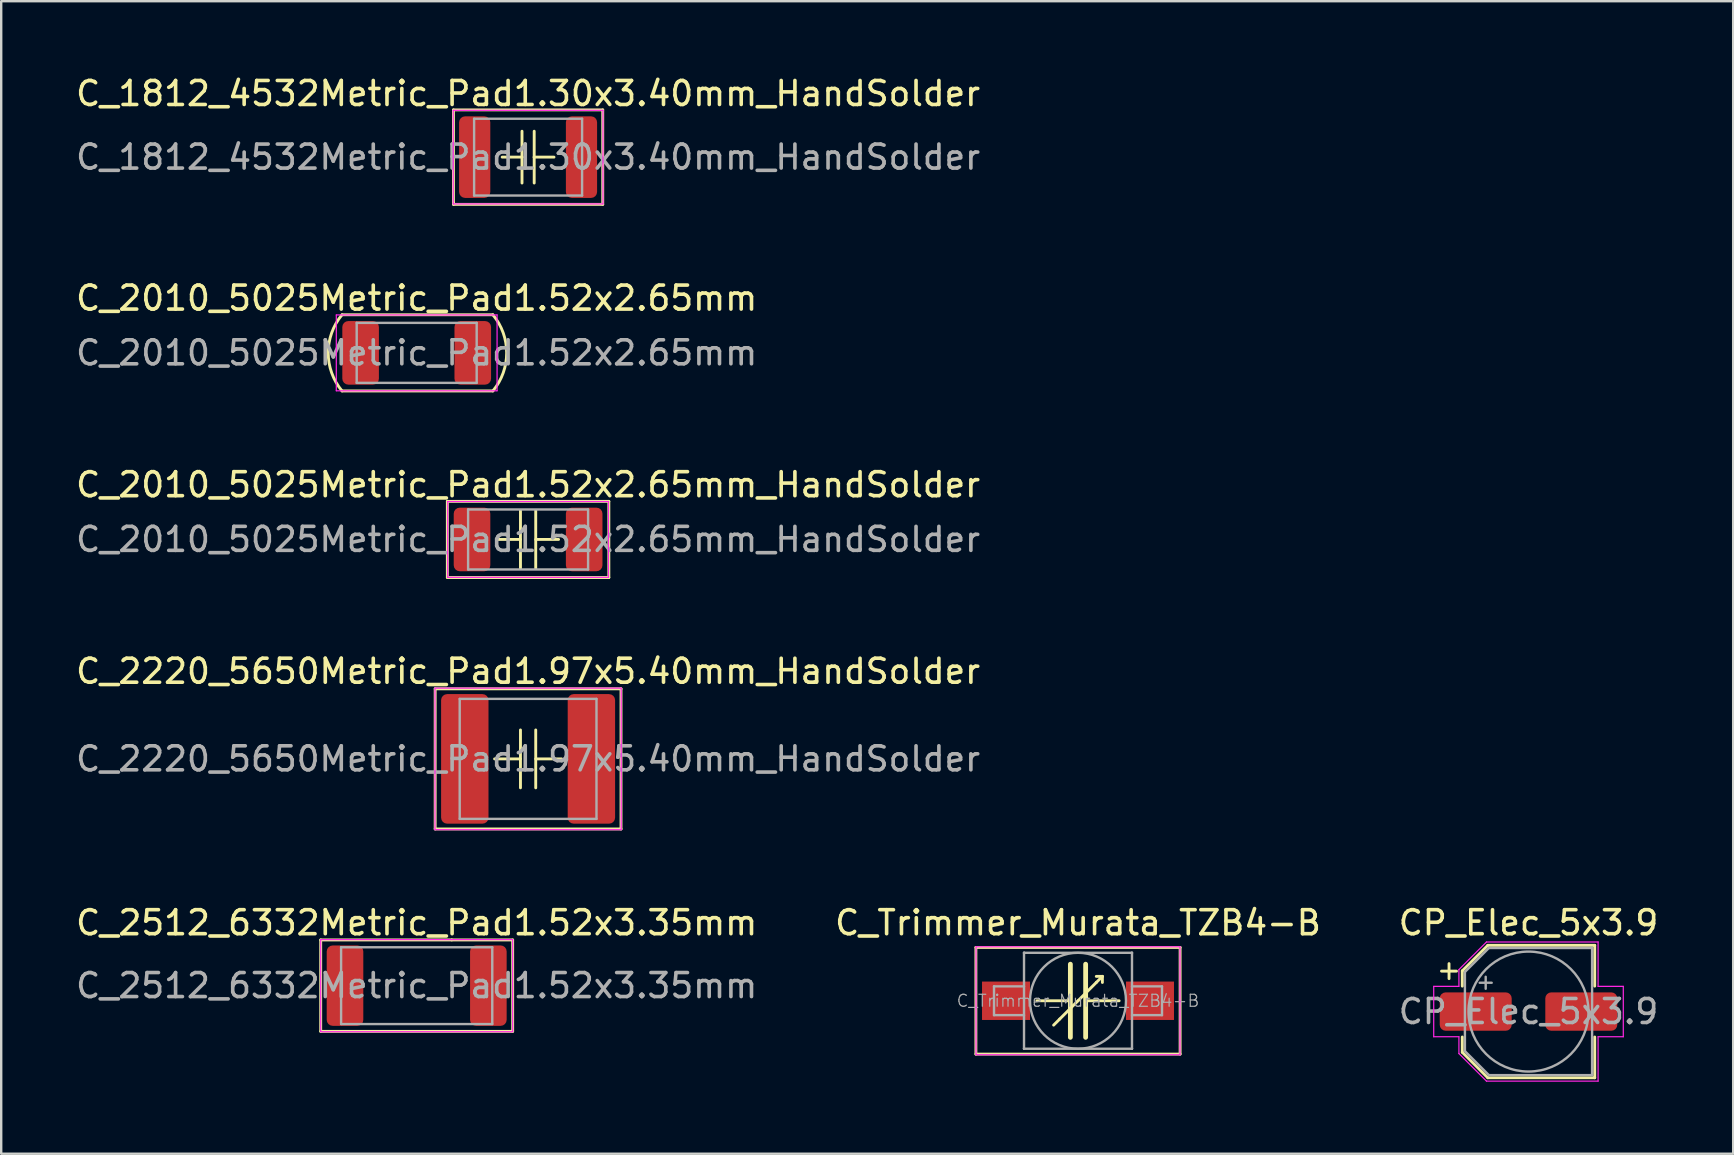
<source format=kicad_pcb>
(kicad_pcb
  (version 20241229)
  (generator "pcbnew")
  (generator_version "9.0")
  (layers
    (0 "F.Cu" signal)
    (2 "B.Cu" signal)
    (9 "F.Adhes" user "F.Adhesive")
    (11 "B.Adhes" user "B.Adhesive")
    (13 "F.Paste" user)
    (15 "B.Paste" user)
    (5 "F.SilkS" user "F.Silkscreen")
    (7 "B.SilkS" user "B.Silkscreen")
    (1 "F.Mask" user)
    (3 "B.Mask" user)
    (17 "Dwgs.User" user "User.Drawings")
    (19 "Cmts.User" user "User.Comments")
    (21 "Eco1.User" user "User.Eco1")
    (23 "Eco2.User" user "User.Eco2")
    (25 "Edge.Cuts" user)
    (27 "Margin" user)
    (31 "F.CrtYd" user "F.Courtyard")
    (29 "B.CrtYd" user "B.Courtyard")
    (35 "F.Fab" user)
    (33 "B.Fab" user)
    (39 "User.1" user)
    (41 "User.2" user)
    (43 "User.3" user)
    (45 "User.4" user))
  (footprint "C_2010_5025Metric_Pad1.52x2.65mm"
    (layer "F.Cu")
    (at 14.315 11.655)
    (property "Reference" "C_2010_5025Metric_Pad1.52x2.65mm" (at 0 -2.28 0) (layer "F.SilkS") (effects (font (size 1 1) (thickness 0.15))))
    (attr smd)
    (fp_line (start -3.111 1.587) (end 3.175 1.587) (stroke (width 0.12) (type solid)) (layer "F.SilkS"))
    (fp_line (start 3.175 -1.587) (end -3.111 -1.587) (stroke (width 0.12) (type solid)) (layer "F.SilkS"))
    (fp_arc (start -3.1115 1.5875) (mid -3.686254 0) (end -3.1115 -1.5875) (stroke (width 0.12) (type solid)) (layer "F.SilkS"))
    (fp_arc (start 3.175 -1.5875) (mid 3.749754 0) (end 3.175 1.5875) (stroke (width 0.12) (type solid)) (layer "F.SilkS"))
    (fp_line (start -3.35 -1.58) (end 3.35 -1.58) (stroke (width 0.05) (type solid)) (layer "F.CrtYd"))
    (fp_line (start -3.35 1.58) (end -3.35 -1.58) (stroke (width 0.05) (type solid)) (layer "F.CrtYd"))
    (fp_line (start 3.35 -1.58) (end 3.35 1.58) (stroke (width 0.05) (type solid)) (layer "F.CrtYd"))
    (fp_line (start 3.35 1.58) (end -3.35 1.58) (stroke (width 0.05) (type solid)) (layer "F.CrtYd"))
    (fp_line (start -2.5 -1.25) (end 2.5 -1.25) (stroke (width 0.1) (type solid)) (layer "F.Fab"))
    (fp_line (start -2.5 1.25) (end -2.5 -1.25) (stroke (width 0.1) (type solid)) (layer "F.Fab"))
    (fp_line (start 2.5 -1.25) (end 2.5 1.25) (stroke (width 0.1) (type solid)) (layer "F.Fab"))
    (fp_line (start 2.5 1.25) (end -2.5 1.25) (stroke (width 0.1) (type solid)) (layer "F.Fab"))
    (fp_text user "${REFERENCE}" (at 0 0 0) (layer "F.Fab") (effects (font (size 1 1) (thickness 0.15))))
    (pad "1" smd roundrect (at -2.337 0) (size 1.525 2.65) (layers "F.Cu" "F.Mask" "F.Paste") (roundrect_rratio 0.164))
    (pad "2" smd roundrect (at 2.337 0) (size 1.525 2.65) (layers "F.Cu" "F.Mask" "F.Paste") (roundrect_rratio 0.164)))
  (footprint "C_1812_4532Metric_Pad1.30x3.40mm_HandSolder"
    (layer "F.Cu")
    (at 18.958 3.498)
    (property "Reference" "C_1812_4532Metric_Pad1.30x3.40mm_HandSolder" (at 0 -2.65 0) (layer "F.SilkS") (effects (font (size 1 1) (thickness 0.15))))
    (attr smd)
    (fp_line (start -3.111 -1.968) (end -3.111 1.905) (stroke (width 0.12) (type solid)) (layer "F.SilkS"))
    (fp_line (start -3.111 1.905) (end -3.111 1.968) (stroke (width 0.12) (type solid)) (layer "F.SilkS"))
    (fp_line (start -3.111 1.968) (end 3.111 1.968) (stroke (width 0.12) (type solid)) (layer "F.SilkS"))
    (fp_line (start -0.254 -1.079) (end -0.254 0) (stroke (width 0.12) (type solid)) (layer "F.SilkS"))
    (fp_line (start -0.254 0) (end -1.079 0) (stroke (width 0.12) (type solid)) (layer "F.SilkS"))
    (fp_line (start -0.254 0) (end -0.254 1.079) (stroke (width 0.12) (type solid)) (layer "F.SilkS"))
    (fp_line (start 0.254 -1.079) (end 0.254 0) (stroke (width 0.12) (type solid)) (layer "F.SilkS"))
    (fp_line (start 0.254 0) (end 0.254 1.079) (stroke (width 0.12) (type solid)) (layer "F.SilkS"))
    (fp_line (start 0.254 0) (end 1.079 0) (stroke (width 0.12) (type solid)) (layer "F.SilkS"))
    (fp_line (start 3.111 -1.968) (end -3.111 -1.968) (stroke (width 0.12) (type solid)) (layer "F.SilkS"))
    (fp_line (start 3.111 1.968) (end 3.111 -1.968) (stroke (width 0.12) (type solid)) (layer "F.SilkS"))
    (fp_line (start -3.12 -1.95) (end 3.12 -1.95) (stroke (width 0.05) (type solid)) (layer "F.CrtYd"))
    (fp_line (start -3.12 1.95) (end -3.12 -1.95) (stroke (width 0.05) (type solid)) (layer "F.CrtYd"))
    (fp_line (start 3.12 -1.95) (end 3.12 1.95) (stroke (width 0.05) (type solid)) (layer "F.CrtYd"))
    (fp_line (start 3.12 1.95) (end -3.12 1.95) (stroke (width 0.05) (type solid)) (layer "F.CrtYd"))
    (fp_line (start -2.25 -1.6) (end 2.25 -1.6) (stroke (width 0.1) (type solid)) (layer "F.Fab"))
    (fp_line (start -2.25 1.6) (end -2.25 -1.6) (stroke (width 0.1) (type solid)) (layer "F.Fab"))
    (fp_line (start 2.25 -1.6) (end 2.25 1.6) (stroke (width 0.1) (type solid)) (layer "F.Fab"))
    (fp_line (start 2.25 1.6) (end -2.25 1.6) (stroke (width 0.1) (type solid)) (layer "F.Fab"))
    (fp_text user "${REFERENCE}" (at 0 0 0) (layer "F.Fab") (effects (font (size 1 1) (thickness 0.15))))
    (pad "1" smd roundrect (at -2.225 0) (size 1.3 3.4) (layers "F.Cu" "F.Mask" "F.Paste") (roundrect_rratio 0.192))
    (pad "2" smd roundrect (at 2.225 0) (size 1.3 3.4) (layers "F.Cu" "F.Mask" "F.Paste") (roundrect_rratio 0.192)))
  (footprint "C_2220_5650Metric_Pad1.97x5.40mm_HandSolder"
    (layer "F.Cu")
    (at 18.958 28.576)
    (property "Reference" "C_2220_5650Metric_Pad1.97x5.40mm_HandSolder" (at 0 -3.65 0) (layer "F.SilkS") (effects (font (size 1 1) (thickness 0.15))))
    (attr smd)
    (fp_line (start -3.873 -2.921) (end -3.873 2.921) (stroke (width 0.12) (type solid)) (layer "F.SilkS"))
    (fp_line (start -3.873 2.921) (end 3.873 2.921) (stroke (width 0.12) (type solid)) (layer "F.SilkS"))
    (fp_line (start -0.318 -1.206) (end -0.318 1.206) (stroke (width 0.12) (type solid)) (layer "F.SilkS"))
    (fp_line (start -0.318 0) (end -1.397 0) (stroke (width 0.12) (type solid)) (layer "F.SilkS"))
    (fp_line (start 0.318 -1.206) (end 0.318 1.206) (stroke (width 0.12) (type solid)) (layer "F.SilkS"))
    (fp_line (start 0.318 0) (end 1.397 0) (stroke (width 0.12) (type solid)) (layer "F.SilkS"))
    (fp_line (start 3.873 -2.921) (end -3.873 -2.921) (stroke (width 0.12) (type solid)) (layer "F.SilkS"))
    (fp_line (start 3.873 2.921) (end 3.873 -2.921) (stroke (width 0.12) (type solid)) (layer "F.SilkS"))
    (fp_line (start -3.88 -2.95) (end 3.88 -2.95) (stroke (width 0.05) (type solid)) (layer "F.CrtYd"))
    (fp_line (start -3.88 2.95) (end -3.88 -2.95) (stroke (width 0.05) (type solid)) (layer "F.CrtYd"))
    (fp_line (start 3.88 -2.95) (end 3.88 2.95) (stroke (width 0.05) (type solid)) (layer "F.CrtYd"))
    (fp_line (start 3.88 2.95) (end -3.88 2.95) (stroke (width 0.05) (type solid)) (layer "F.CrtYd"))
    (fp_line (start -2.85 -2.5) (end 2.85 -2.5) (stroke (width 0.1) (type solid)) (layer "F.Fab"))
    (fp_line (start -2.85 2.5) (end -2.85 -2.5) (stroke (width 0.1) (type solid)) (layer "F.Fab"))
    (fp_line (start 2.85 -2.5) (end 2.85 2.5) (stroke (width 0.1) (type solid)) (layer "F.Fab"))
    (fp_line (start 2.85 2.5) (end -2.85 2.5) (stroke (width 0.1) (type solid)) (layer "F.Fab"))
    (fp_text user "${REFERENCE}" (at 0 0 0) (layer "F.Fab") (effects (font (size 1 1) (thickness 0.15))))
    (pad "1" smd roundrect (at -2.638 0) (size 1.975 5.4) (layers "F.Cu" "F.Mask" "F.Paste") (roundrect_rratio 0.127))
    (pad "2" smd roundrect (at 2.638 0) (size 1.975 5.4) (layers "F.Cu" "F.Mask" "F.Paste") (roundrect_rratio 0.127)))
  (footprint "C_Trimmer_Murata_TZB4-B"
    (layer "F.Cu")
    (at 41.875 38.656)
    (property "Reference" "C_Trimmer_Murata_TZB4-B" (at 0 -3.25 0) (layer "F.SilkS") (effects (font (size 1 1) (thickness 0.15))))
    (attr smd)
    (fp_line (start -4.255 -2.223) (end -4.255 2.223) (stroke (width 0.12) (type solid)) (layer "F.SilkS"))
    (fp_line (start -4.255 2.223) (end 4.255 2.223) (stroke (width 0.12) (type solid)) (layer "F.SilkS"))
    (fp_line (start -0.762 0.762) (end -1.016 1.016) (stroke (width 0.12) (type solid)) (layer "F.SilkS"))
    (fp_line (start -0.318 -1.524) (end -0.318 1.524) (stroke (width 0.2) (type solid)) (layer "F.SilkS"))
    (fp_line (start -0.318 0) (end -1.714 0) (stroke (width 0.12) (type solid)) (layer "F.SilkS"))
    (fp_line (start 0 0) (end -0.762 0.762) (stroke (width 0.12) (type solid)) (layer "F.SilkS"))
    (fp_line (start 0 0) (end 0.762 -0.762) (stroke (width 0.12) (type solid)) (layer "F.SilkS"))
    (fp_line (start 0.318 -1.524) (end 0.318 1.524) (stroke (width 0.2) (type solid)) (layer "F.SilkS"))
    (fp_line (start 0.762 -0.762) (end 1.016 -1.016) (stroke (width 0.12) (type solid)) (layer "F.SilkS"))
    (fp_line (start 1.016 -1.016) (end 0.762 -1.016) (stroke (width 0.12) (type solid)) (layer "F.SilkS"))
    (fp_line (start 1.016 -1.016) (end 1.016 -0.762) (stroke (width 0.12) (type solid)) (layer "F.SilkS"))
    (fp_line (start 1.714 0) (end 0.318 0) (stroke (width 0.12) (type solid)) (layer "F.SilkS"))
    (fp_line (start 4.255 -2.223) (end -4.255 -2.223) (stroke (width 0.12) (type solid)) (layer "F.SilkS"))
    (fp_line (start 4.255 2.223) (end 4.255 -2.223) (stroke (width 0.12) (type solid)) (layer "F.SilkS"))
    (fp_line (start -4.25 -2.25) (end -4.25 2.25) (stroke (width 0.05) (type solid)) (layer "F.CrtYd"))
    (fp_line (start -4.25 2.25) (end 4.25 2.25) (stroke (width 0.05) (type solid)) (layer "F.CrtYd"))
    (fp_line (start 4.25 -2.25) (end -4.25 -2.25) (stroke (width 0.05) (type solid)) (layer "F.CrtYd"))
    (fp_line (start 4.25 2.25) (end 4.25 -2.25) (stroke (width 0.05) (type solid)) (layer "F.CrtYd"))
    (fp_line (start -3.5 -0.6) (end -3.5 0.6) (stroke (width 0.1) (type solid)) (layer "F.Fab"))
    (fp_line (start -3.5 0.6) (end -2.25 0.6) (stroke (width 0.1) (type solid)) (layer "F.Fab"))
    (fp_line (start -2.25 -2) (end -2.24 -2) (stroke (width 0.1) (type solid)) (layer "F.Fab"))
    (fp_line (start -2.25 -1.99) (end -2.25 -2) (stroke (width 0.1) (type solid)) (layer "F.Fab"))
    (fp_line (start -2.25 -0.6) (end -3.5 -0.6) (stroke (width 0.1) (type solid)) (layer "F.Fab"))
    (fp_line (start -2.25 1.99) (end -2.25 -1.99) (stroke (width 0.1) (type solid)) (layer "F.Fab"))
    (fp_line (start -2.25 2) (end -2.25 1.99) (stroke (width 0.1) (type solid)) (layer "F.Fab"))
    (fp_line (start -2.24 -2) (end 2.24 -2) (stroke (width 0.1) (type solid)) (layer "F.Fab"))
    (fp_line (start -2.24 2) (end -2.25 2) (stroke (width 0.1) (type solid)) (layer "F.Fab"))
    (fp_line (start 2.24 -2) (end 2.25 -2) (stroke (width 0.1) (type solid)) (layer "F.Fab"))
    (fp_line (start 2.24 2) (end -2.24 2) (stroke (width 0.1) (type solid)) (layer "F.Fab"))
    (fp_line (start 2.25 -2) (end 2.25 -1.99) (stroke (width 0.1) (type solid)) (layer "F.Fab"))
    (fp_line (start 2.25 -1.99) (end 2.25 1.99) (stroke (width 0.1) (type solid)) (layer "F.Fab"))
    (fp_line (start 2.25 -0.6) (end 3.5 -0.6) (stroke (width 0.1) (type solid)) (layer "F.Fab"))
    (fp_line (start 2.25 1.99) (end 2.25 2) (stroke (width 0.1) (type solid)) (layer "F.Fab"))
    (fp_line (start 2.25 2) (end 2.24 2) (stroke (width 0.1) (type solid)) (layer "F.Fab"))
    (fp_line (start 3.5 -0.6) (end 3.5 0.6) (stroke (width 0.1) (type solid)) (layer "F.Fab"))
    (fp_line (start 3.5 0.6) (end 2.25 0.6) (stroke (width 0.1) (type solid)) (layer "F.Fab"))
    (fp_circle (center 0 0) (end 2 0) (stroke (width 0.1) (type solid)) (fill no) (layer "F.Fab"))
    (fp_text user "${REFERENCE}" (at 0 0 0) (layer "F.Fab") (effects (font (size 0.5 0.5) (thickness 0.05))))
    (pad "1" smd rect (at -3 0) (size 2 1.6) (layers "F.Cu" "F.Mask" "F.Paste"))
    (pad "2" smd rect (at 3 0) (size 2 1.6) (layers "F.Cu" "F.Mask" "F.Paste")))
  (footprint "C_2010_5025Metric_Pad1.52x2.65mm_HandSolder"
    (layer "F.Cu")
    (at 18.958 19.431)
    (property "Reference" "C_2010_5025Metric_Pad1.52x2.65mm_HandSolder" (at 0 -2.28 0) (layer "F.SilkS") (effects (font (size 1 1) (thickness 0.15))))
    (attr smd)
    (fp_line (start -3.365 -1.587) (end -3.365 1.587) (stroke (width 0.12) (type solid)) (layer "F.SilkS"))
    (fp_line (start -3.365 1.587) (end 3.365 1.587) (stroke (width 0.12) (type solid)) (layer "F.SilkS"))
    (fp_line (start -0.318 -1.206) (end -0.318 1.206) (stroke (width 0.12) (type solid)) (layer "F.SilkS"))
    (fp_line (start -0.318 0) (end -1.27 0) (stroke (width 0.12) (type solid)) (layer "F.SilkS"))
    (fp_line (start 0.318 -1.206) (end 0.318 1.206) (stroke (width 0.12) (type solid)) (layer "F.SilkS"))
    (fp_line (start 0.318 0) (end 1.27 0) (stroke (width 0.12) (type solid)) (layer "F.SilkS"))
    (fp_line (start 3.365 -1.587) (end -3.365 -1.587) (stroke (width 0.12) (type solid)) (layer "F.SilkS"))
    (fp_line (start 3.365 1.587) (end 3.365 -1.587) (stroke (width 0.12) (type solid)) (layer "F.SilkS"))
    (fp_line (start -3.35 -1.58) (end 3.35 -1.58) (stroke (width 0.05) (type solid)) (layer "F.CrtYd"))
    (fp_line (start -3.35 1.58) (end -3.35 -1.58) (stroke (width 0.05) (type solid)) (layer "F.CrtYd"))
    (fp_line (start 3.35 -1.58) (end 3.35 1.58) (stroke (width 0.05) (type solid)) (layer "F.CrtYd"))
    (fp_line (start 3.35 1.58) (end -3.35 1.58) (stroke (width 0.05) (type solid)) (layer "F.CrtYd"))
    (fp_line (start -2.5 -1.25) (end 2.5 -1.25) (stroke (width 0.1) (type solid)) (layer "F.Fab"))
    (fp_line (start -2.5 1.25) (end -2.5 -1.25) (stroke (width 0.1) (type solid)) (layer "F.Fab"))
    (fp_line (start 2.5 -1.25) (end 2.5 1.25) (stroke (width 0.1) (type solid)) (layer "F.Fab"))
    (fp_line (start 2.5 1.25) (end -2.5 1.25) (stroke (width 0.1) (type solid)) (layer "F.Fab"))
    (fp_text user "${REFERENCE}" (at 0 0 0) (layer "F.Fab") (effects (font (size 1 1) (thickness 0.15))))
    (pad "1" smd roundrect (at -2.337 0) (size 1.525 2.65) (layers "F.Cu" "F.Mask" "F.Paste") (roundrect_rratio 0.164))
    (pad "2" smd roundrect (at 2.337 0) (size 1.525 2.65) (layers "F.Cu" "F.Mask" "F.Paste") (roundrect_rratio 0.164)))
  (footprint "C_2512_6332Metric_Pad1.52x3.35mm"
    (layer "F.Cu")
    (at 14.315 38.026)
    (property "Reference" "C_2512_6332Metric_Pad1.52x3.35mm" (at 0 -2.62 0) (layer "F.SilkS") (effects (font (size 1 1) (thickness 0.15))))
    (attr smd)
    (fp_line (start -4 -1.905) (end -4 1.905) (stroke (width 0.12) (type solid)) (layer "F.SilkS"))
    (fp_line (start -4 1.905) (end 4 1.905) (stroke (width 0.12) (type solid)) (layer "F.SilkS"))
    (fp_line (start 1.46 -1.905) (end -4 -1.905) (stroke (width 0.12) (type solid)) (layer "F.SilkS"))
    (fp_line (start 4 -1.905) (end 1.46 -1.905) (stroke (width 0.12) (type solid)) (layer "F.SilkS"))
    (fp_line (start 4 1.905) (end 4 -1.905) (stroke (width 0.12) (type solid)) (layer "F.SilkS"))
    (fp_line (start -4 -1.92) (end 4 -1.92) (stroke (width 0.05) (type solid)) (layer "F.CrtYd"))
    (fp_line (start -4 1.92) (end -4 -1.92) (stroke (width 0.05) (type solid)) (layer "F.CrtYd"))
    (fp_line (start 4 -1.92) (end 4 1.92) (stroke (width 0.05) (type solid)) (layer "F.CrtYd"))
    (fp_line (start 4 1.92) (end -4 1.92) (stroke (width 0.05) (type solid)) (layer "F.CrtYd"))
    (fp_line (start -3.15 -1.6) (end 3.15 -1.6) (stroke (width 0.1) (type solid)) (layer "F.Fab"))
    (fp_line (start -3.15 1.6) (end -3.15 -1.6) (stroke (width 0.1) (type solid)) (layer "F.Fab"))
    (fp_line (start 3.15 -1.6) (end 3.15 1.6) (stroke (width 0.1) (type solid)) (layer "F.Fab"))
    (fp_line (start 3.15 1.6) (end -3.15 1.6) (stroke (width 0.1) (type solid)) (layer "F.Fab"))
    (fp_text user "${REFERENCE}" (at 0 0 0) (layer "F.Fab") (effects (font (size 1 1) (thickness 0.15))))
    (pad "1" smd roundrect (at -2.987 0) (size 1.525 3.35) (layers "F.Cu" "F.Mask" "F.Paste") (roundrect_rratio 0.164))
    (pad "2" smd roundrect (at 2.987 0) (size 1.525 3.35) (layers "F.Cu" "F.Mask" "F.Paste") (roundrect_rratio 0.164)))
  (footprint "CP_Elec_5x3.9"
    (layer "F.Cu")
    (at 60.649 39.106)
    (property "Reference" "CP_Elec_5x3.9" (at 0 -3.7 0) (layer "F.SilkS") (effects (font (size 1 1) (thickness 0.15))))
    (attr smd)
    (fp_line (start -3.625 -1.685) (end -3 -1.685) (stroke (width 0.12) (type solid)) (layer "F.SilkS"))
    (fp_line (start -3.312 -1.998) (end -3.312 -1.373) (stroke (width 0.12) (type solid)) (layer "F.SilkS"))
    (fp_line (start -2.76 -1.696) (end -2.76 -1.06) (stroke (width 0.12) (type solid)) (layer "F.SilkS"))
    (fp_line (start -2.76 -1.696) (end -1.696 -2.76) (stroke (width 0.12) (type solid)) (layer "F.SilkS"))
    (fp_line (start -2.76 1.696) (end -2.76 1.06) (stroke (width 0.12) (type solid)) (layer "F.SilkS"))
    (fp_line (start -2.76 1.696) (end -1.696 2.76) (stroke (width 0.12) (type solid)) (layer "F.SilkS"))
    (fp_line (start -1.696 -2.76) (end 2.76 -2.76) (stroke (width 0.12) (type solid)) (layer "F.SilkS"))
    (fp_line (start -1.696 2.76) (end 2.76 2.76) (stroke (width 0.12) (type solid)) (layer "F.SilkS"))
    (fp_line (start 2.76 -2.76) (end 2.76 -1.06) (stroke (width 0.12) (type solid)) (layer "F.SilkS"))
    (fp_line (start 2.76 2.76) (end 2.76 1.06) (stroke (width 0.12) (type solid)) (layer "F.SilkS"))
    (fp_line (start -3.95 -1.05) (end -3.95 1.05) (stroke (width 0.05) (type solid)) (layer "F.CrtYd"))
    (fp_line (start -3.95 1.05) (end -2.9 1.05) (stroke (width 0.05) (type solid)) (layer "F.CrtYd"))
    (fp_line (start -2.9 -1.75) (end -2.9 -1.05) (stroke (width 0.05) (type solid)) (layer "F.CrtYd"))
    (fp_line (start -2.9 -1.75) (end -1.75 -2.9) (stroke (width 0.05) (type solid)) (layer "F.CrtYd"))
    (fp_line (start -2.9 -1.05) (end -3.95 -1.05) (stroke (width 0.05) (type solid)) (layer "F.CrtYd"))
    (fp_line (start -2.9 1.05) (end -2.9 1.75) (stroke (width 0.05) (type solid)) (layer "F.CrtYd"))
    (fp_line (start -2.9 1.75) (end -1.75 2.9) (stroke (width 0.05) (type solid)) (layer "F.CrtYd"))
    (fp_line (start -1.75 -2.9) (end 2.9 -2.9) (stroke (width 0.05) (type solid)) (layer "F.CrtYd"))
    (fp_line (start -1.75 2.9) (end 2.9 2.9) (stroke (width 0.05) (type solid)) (layer "F.CrtYd"))
    (fp_line (start 2.9 -2.9) (end 2.9 -1.05) (stroke (width 0.05) (type solid)) (layer "F.CrtYd"))
    (fp_line (start 2.9 -1.05) (end 3.95 -1.05) (stroke (width 0.05) (type solid)) (layer "F.CrtYd"))
    (fp_line (start 2.9 1.05) (end 2.9 2.9) (stroke (width 0.05) (type solid)) (layer "F.CrtYd"))
    (fp_line (start 3.95 -1.05) (end 3.95 1.05) (stroke (width 0.05) (type solid)) (layer "F.CrtYd"))
    (fp_line (start 3.95 1.05) (end 2.9 1.05) (stroke (width 0.05) (type solid)) (layer "F.CrtYd"))
    (fp_line (start -2.65 -1.65) (end -2.65 1.65) (stroke (width 0.1) (type solid)) (layer "F.Fab"))
    (fp_line (start -2.65 -1.65) (end -1.65 -2.65) (stroke (width 0.1) (type solid)) (layer "F.Fab"))
    (fp_line (start -2.65 1.65) (end -1.65 2.65) (stroke (width 0.1) (type solid)) (layer "F.Fab"))
    (fp_line (start -2.034 -1.2) (end -1.534 -1.2) (stroke (width 0.1) (type solid)) (layer "F.Fab"))
    (fp_line (start -1.784 -1.45) (end -1.784 -0.95) (stroke (width 0.1) (type solid)) (layer "F.Fab"))
    (fp_line (start -1.65 -2.65) (end 2.65 -2.65) (stroke (width 0.1) (type solid)) (layer "F.Fab"))
    (fp_line (start -1.65 2.65) (end 2.65 2.65) (stroke (width 0.1) (type solid)) (layer "F.Fab"))
    (fp_line (start 2.65 -2.65) (end 2.65 2.65) (stroke (width 0.1) (type solid)) (layer "F.Fab"))
    (fp_circle (center 0 0) (end 2.5 0) (stroke (width 0.1) (type solid)) (fill no) (layer "F.Fab"))
    (fp_text user "${REFERENCE}" (at 0 0 0) (layer "F.Fab") (effects (font (size 1 1) (thickness 0.15))))
    (pad "1" smd roundrect (at -2.2 0) (size 3 1.6) (layers "F.Cu" "F.Mask" "F.Paste") (roundrect_rratio 0.156))
    (pad "2" smd roundrect (at 2.2 0) (size 3 1.6) (layers "F.Cu" "F.Mask" "F.Paste") (roundrect_rratio 0.156)))
  (gr_rect
    (start -3 -3)
    (end 69.179 45.031)
    (stroke (width 0.1) (type default))
    (fill no)
    (layer "Edge.Cuts")))
</source>
